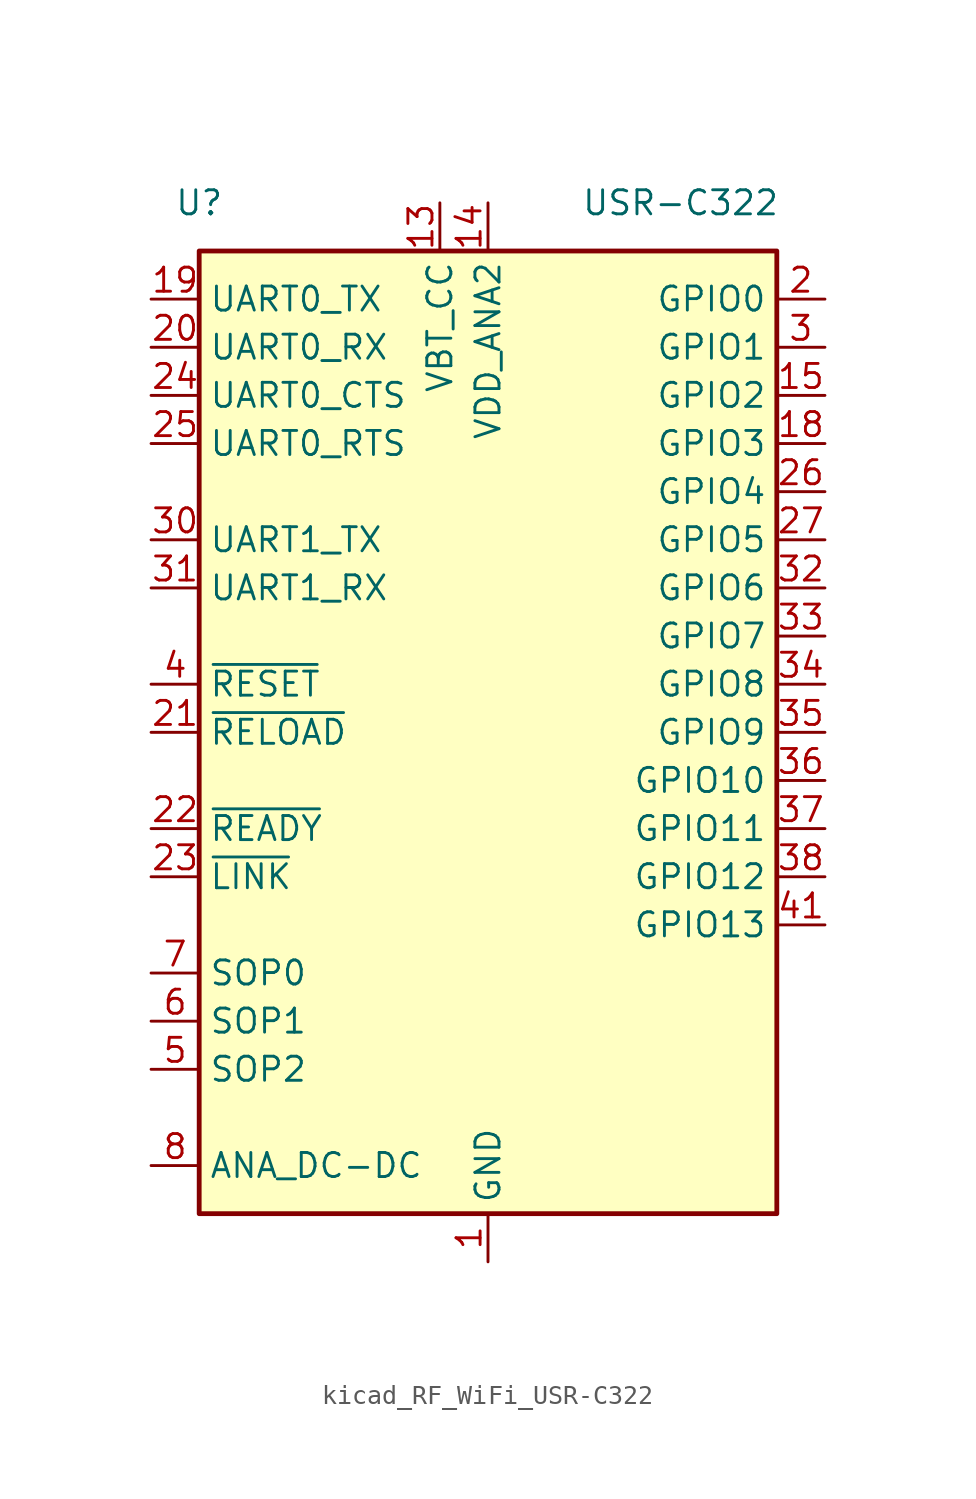
<source format=kicad_sym>
(kicad_symbol_lib
  (version 20220914)
  (generator kicad_symbol_editor)
  (symbol "kicad_RF_WiFi_USR-C322"
    (property "Reference" "U"
      (at -15.24 27.94 0)
      (effects (font (size 1.27 1.27))))
    (property "Value" "USR-C322"
      (at 10.16 27.94 0)
      (effects (font (size 1.27 1.27))))
    (symbol "kicad_RF_WiFi_USR-C322_1_1"
      (rectangle (start -15.24 25.4) (end 15.24 -25.4) (stroke (width 0.254) (type default)) (fill (type background)))
      (pin power_in line (at 0 -27.94 90) (length 2.54) (name "GND" (effects (font (size 1.27 1.27)))) (number "1" (effects (font (size 1.27 1.27)))))
      (pin no_connect line (at 15.24 -15.24 180) (length 2.54) hide (name "NC" (effects (font (size 1.27 1.27)))) (number "10" (effects (font (size 1.27 1.27)))))
      (pin passive line (at 0 -27.94 90) (length 2.54) hide (name "GND" (effects (font (size 1.27 1.27)))) (number "11" (effects (font (size 1.27 1.27)))))
      (pin passive line (at 0 -27.94 90) (length 2.54) hide (name "GND" (effects (font (size 1.27 1.27)))) (number "12" (effects (font (size 1.27 1.27)))))
      (pin power_in line (at -2.54 27.94 270) (length 2.54) (name "VBT_CC" (effects (font (size 1.27 1.27)))) (number "13" (effects (font (size 1.27 1.27)))))
      (pin power_in line (at 0 27.94 270) (length 2.54) (name "VDD_ANA2" (effects (font (size 1.27 1.27)))) (number "14" (effects (font (size 1.27 1.27)))))
      (pin bidirectional line (at 17.78 17.78 180) (length 2.54) (name "GPIO2" (effects (font (size 1.27 1.27)))) (number "15" (effects (font (size 1.27 1.27)))))
      (pin no_connect line (at 15.24 -17.78 180) (length 2.54) hide (name "NC" (effects (font (size 1.27 1.27)))) (number "16" (effects (font (size 1.27 1.27)))))
      (pin passive line (at 0 -27.94 90) (length 2.54) hide (name "GND" (effects (font (size 1.27 1.27)))) (number "17" (effects (font (size 1.27 1.27)))))
      (pin bidirectional line (at 17.78 15.24 180) (length 2.54) (name "GPIO3" (effects (font (size 1.27 1.27)))) (number "18" (effects (font (size 1.27 1.27)))))
      (pin output line (at -17.78 22.86 0) (length 2.54) (name "UART0_TX" (effects (font (size 1.27 1.27)))) (number "19" (effects (font (size 1.27 1.27)))))
      (pin bidirectional line (at 17.78 22.86 180) (length 2.54) (name "GPIO0" (effects (font (size 1.27 1.27)))) (number "2" (effects (font (size 1.27 1.27)))))
      (pin input line (at -17.78 20.32 0) (length 2.54) (name "UART0_RX" (effects (font (size 1.27 1.27)))) (number "20" (effects (font (size 1.27 1.27)))))
      (pin input line (at -17.78 0 0) (length 2.54) (name "~{RELOAD}" (effects (font (size 1.27 1.27)))) (number "21" (effects (font (size 1.27 1.27)))))
      (pin open_collector line (at -17.78 -5.08 0) (length 2.54) (name "~{READY}" (effects (font (size 1.27 1.27)))) (number "22" (effects (font (size 1.27 1.27)))))
      (pin open_collector line (at -17.78 -7.62 0) (length 2.54) (name "~{LINK}" (effects (font (size 1.27 1.27)))) (number "23" (effects (font (size 1.27 1.27)))))
      (pin input line (at -17.78 17.78 0) (length 2.54) (name "UART0_CTS" (effects (font (size 1.27 1.27)))) (number "24" (effects (font (size 1.27 1.27)))))
      (pin output line (at -17.78 15.24 0) (length 2.54) (name "UART0_RTS" (effects (font (size 1.27 1.27)))) (number "25" (effects (font (size 1.27 1.27)))))
      (pin bidirectional line (at 17.78 12.7 180) (length 2.54) (name "GPIO4" (effects (font (size 1.27 1.27)))) (number "26" (effects (font (size 1.27 1.27)))))
      (pin bidirectional line (at 17.78 10.16 180) (length 2.54) (name "GPIO5" (effects (font (size 1.27 1.27)))) (number "27" (effects (font (size 1.27 1.27)))))
      (pin passive line (at 0 -27.94 90) (length 2.54) hide (name "GND" (effects (font (size 1.27 1.27)))) (number "28" (effects (font (size 1.27 1.27)))))
      (pin passive line (at 0 -27.94 90) (length 2.54) hide (name "GND" (effects (font (size 1.27 1.27)))) (number "29" (effects (font (size 1.27 1.27)))))
      (pin bidirectional line (at 17.78 20.32 180) (length 2.54) (name "GPIO1" (effects (font (size 1.27 1.27)))) (number "3" (effects (font (size 1.27 1.27)))))
      (pin output line (at -17.78 10.16 0) (length 2.54) (name "UART1_TX" (effects (font (size 1.27 1.27)))) (number "30" (effects (font (size 1.27 1.27)))))
      (pin input line (at -17.78 7.62 0) (length 2.54) (name "UART1_RX" (effects (font (size 1.27 1.27)))) (number "31" (effects (font (size 1.27 1.27)))))
      (pin bidirectional line (at 17.78 7.62 180) (length 2.54) (name "GPIO6" (effects (font (size 1.27 1.27)))) (number "32" (effects (font (size 1.27 1.27)))))
      (pin bidirectional line (at 17.78 5.08 180) (length 2.54) (name "GPIO7" (effects (font (size 1.27 1.27)))) (number "33" (effects (font (size 1.27 1.27)))))
      (pin bidirectional line (at 17.78 2.54 180) (length 2.54) (name "GPIO8" (effects (font (size 1.27 1.27)))) (number "34" (effects (font (size 1.27 1.27)))))
      (pin bidirectional line (at 17.78 0 180) (length 2.54) (name "GPIO9" (effects (font (size 1.27 1.27)))) (number "35" (effects (font (size 1.27 1.27)))))
      (pin bidirectional line (at 17.78 -2.54 180) (length 2.54) (name "GPIO10" (effects (font (size 1.27 1.27)))) (number "36" (effects (font (size 1.27 1.27)))))
      (pin bidirectional line (at 17.78 -5.08 180) (length 2.54) (name "GPIO11" (effects (font (size 1.27 1.27)))) (number "37" (effects (font (size 1.27 1.27)))))
      (pin bidirectional line (at 17.78 -7.62 180) (length 2.54) (name "GPIO12" (effects (font (size 1.27 1.27)))) (number "38" (effects (font (size 1.27 1.27)))))
      (pin no_connect line (at 15.24 -20.32 180) (length 2.54) hide (name "NC" (effects (font (size 1.27 1.27)))) (number "39" (effects (font (size 1.27 1.27)))))
      (pin input line (at -17.78 2.54 0) (length 2.54) (name "~{RESET}" (effects (font (size 1.27 1.27)))) (number "4" (effects (font (size 1.27 1.27)))))
      (pin no_connect line (at 15.24 -22.86 180) (length 2.54) hide (name "NC" (effects (font (size 1.27 1.27)))) (number "40" (effects (font (size 1.27 1.27)))))
      (pin bidirectional line (at 17.78 -10.16 180) (length 2.54) (name "GPIO13" (effects (font (size 1.27 1.27)))) (number "41" (effects (font (size 1.27 1.27)))))
      (pin no_connect line (at 7.62 -25.4 90) (length 2.54) hide (name "NC" (effects (font (size 1.27 1.27)))) (number "42" (effects (font (size 1.27 1.27)))))
      (pin no_connect line (at 5.08 -25.4 90) (length 2.54) hide (name "NC" (effects (font (size 1.27 1.27)))) (number "43" (effects (font (size 1.27 1.27)))))
      (pin passive line (at 0 -27.94 90) (length 2.54) hide (name "GND" (effects (font (size 1.27 1.27)))) (number "44" (effects (font (size 1.27 1.27)))))
      (pin passive line (at -17.78 -17.78 0) (length 2.54) (name "SOP2" (effects (font (size 1.27 1.27)))) (number "5" (effects (font (size 1.27 1.27)))))
      (pin passive line (at -17.78 -15.24 0) (length 2.54) (name "SOP1" (effects (font (size 1.27 1.27)))) (number "6" (effects (font (size 1.27 1.27)))))
      (pin passive line (at -17.78 -12.7 0) (length 2.54) (name "SOP0" (effects (font (size 1.27 1.27)))) (number "7" (effects (font (size 1.27 1.27)))))
      (pin passive line (at -17.78 -22.86 0) (length 2.54) (name "ANA_DC-DC" (effects (font (size 1.27 1.27)))) (number "8" (effects (font (size 1.27 1.27)))))
      (pin no_connect line (at 15.24 -12.7 180) (length 2.54) hide (name "NC" (effects (font (size 1.27 1.27)))) (number "9" (effects (font (size 1.27 1.27))))))))
</source>
